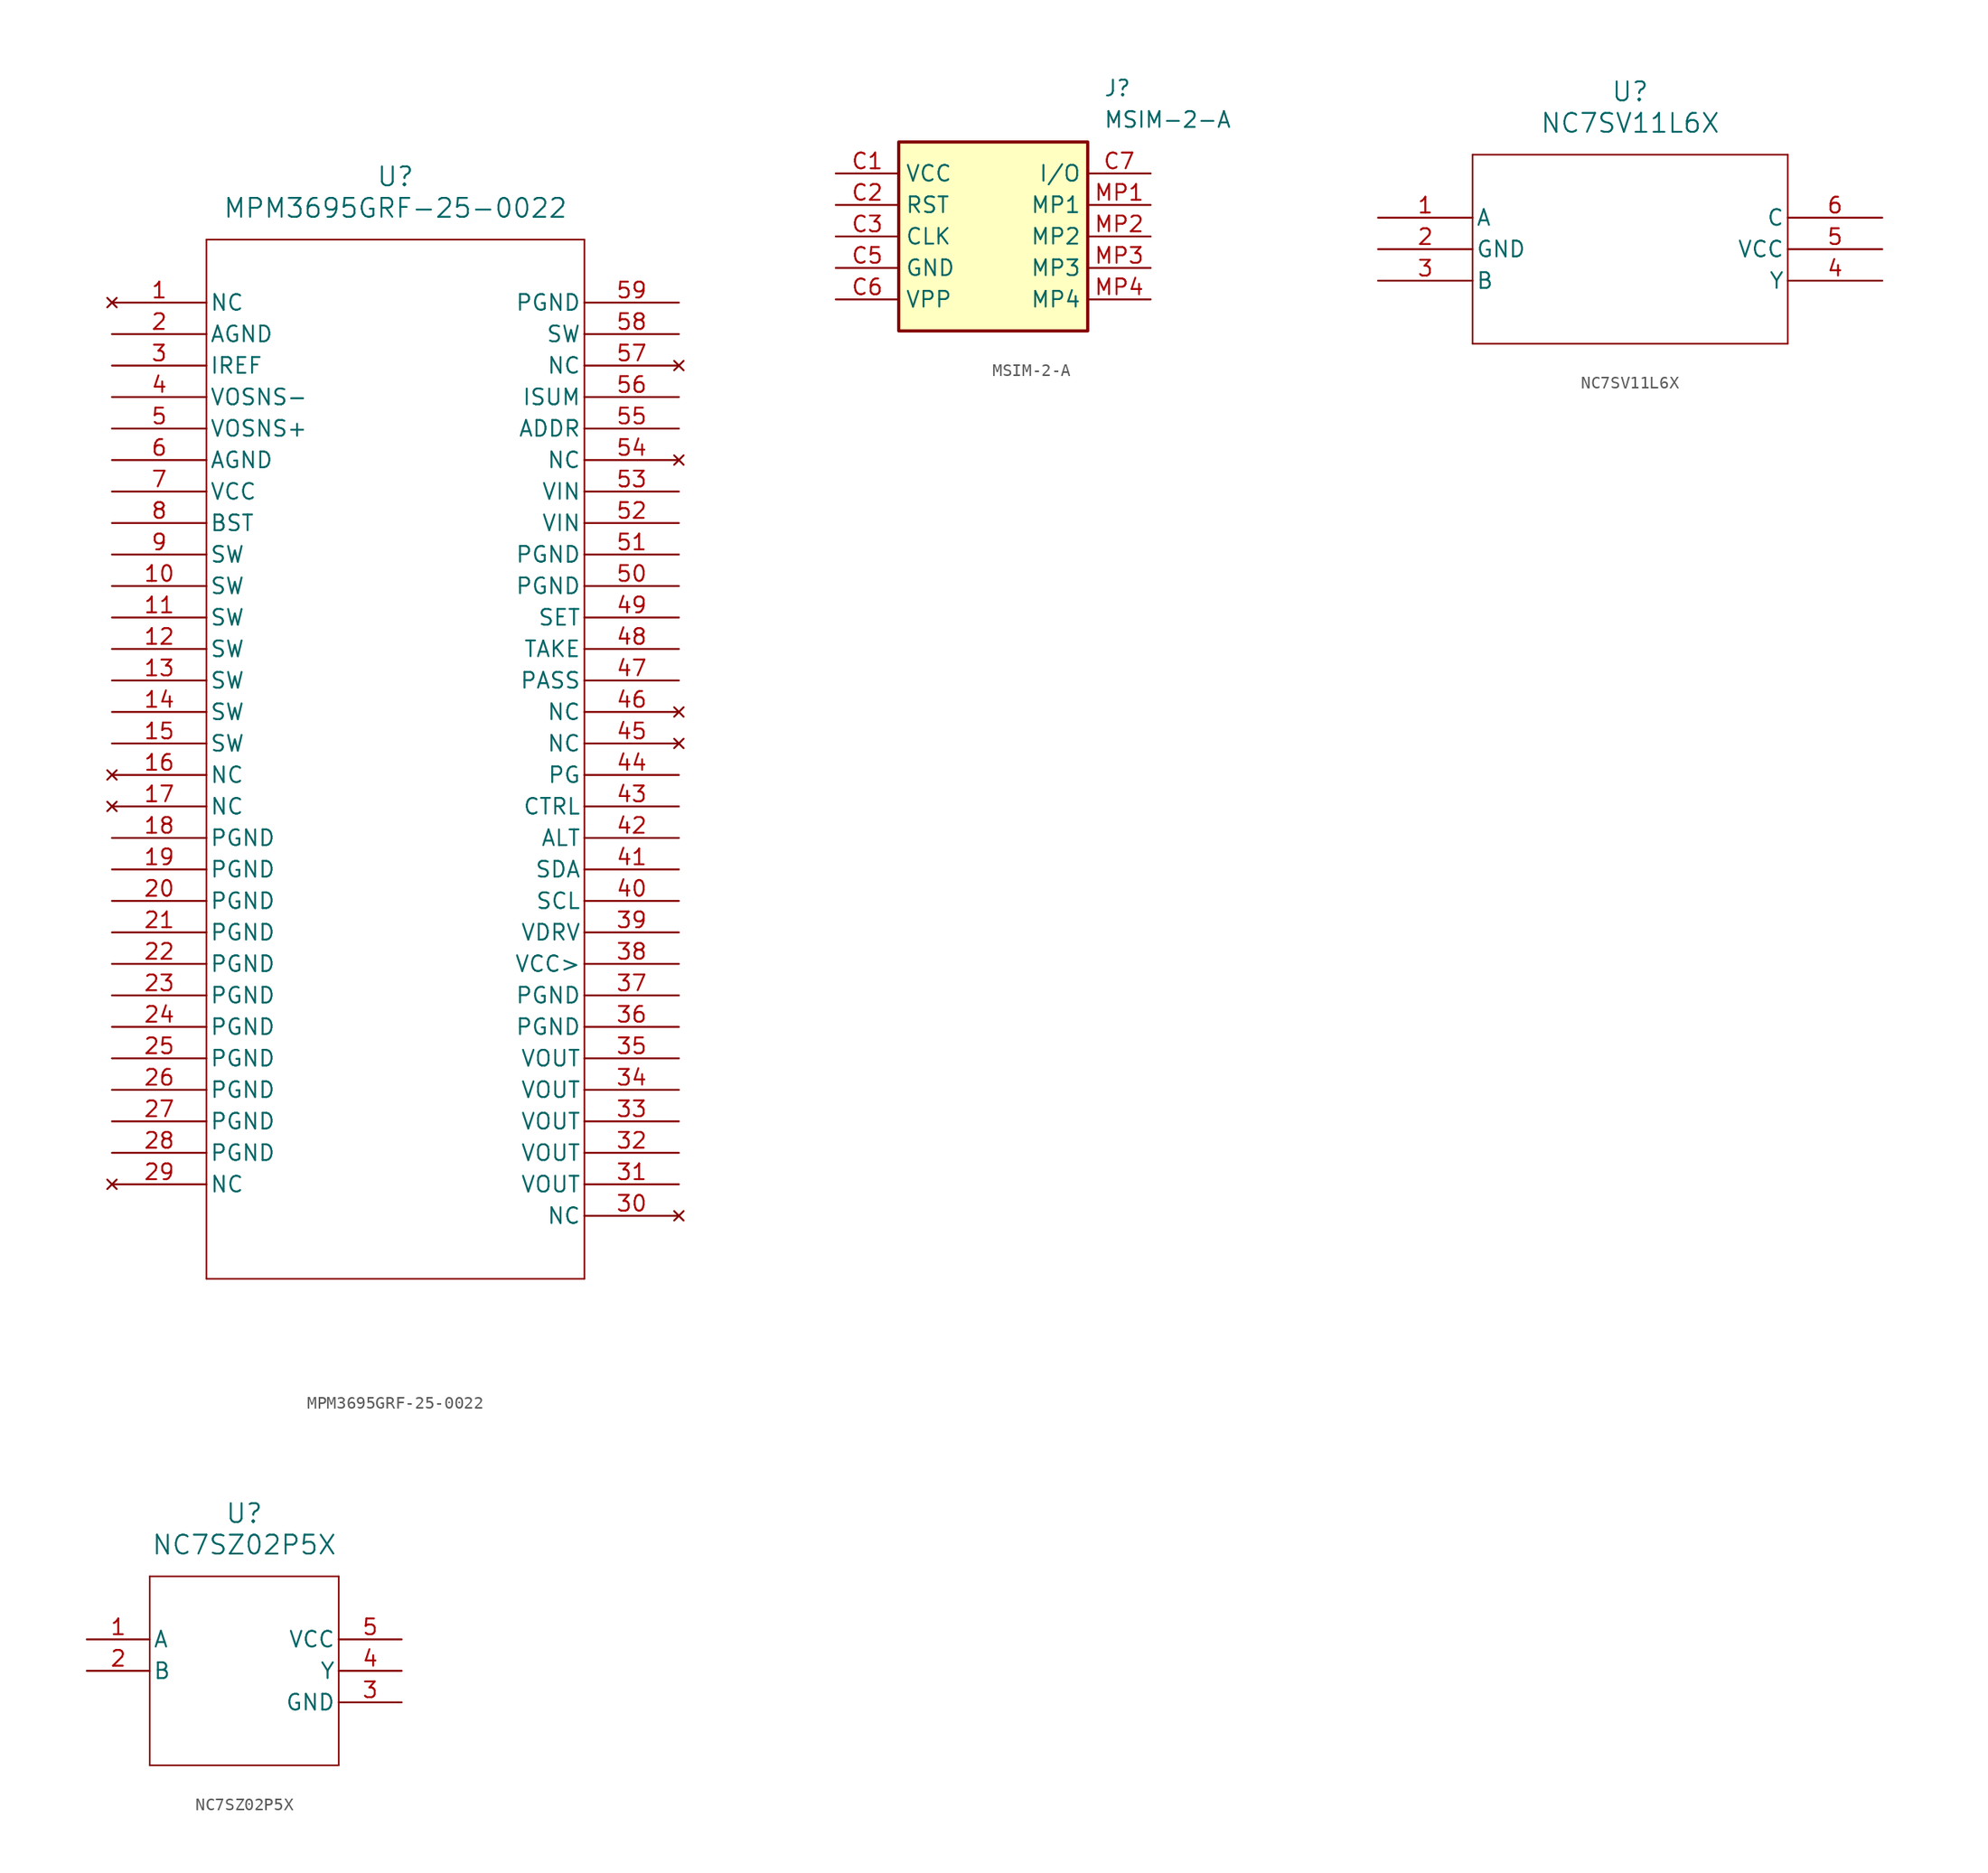
<source format=kicad_sym>
(kicad_symbol_lib
  (version 20241209)
  (generator "kicad_symbol_editor")
  (generator_version "9.0")
  (symbol "MPM3695GRF-25-0022"
    (pin_names
      (offset 0.254))
    (property "Reference" "U"
      (at 22.86 10.16 0)
      (effects (font (size 1.524 1.524))))
    (property "Value" "MPM3695GRF-25-0022"
      (at 22.86 7.62 0)
      (effects (font (size 1.524 1.524))))
    (property "ki_locked" ""
      (at 0 0 0)
      (effects (font (size 1.27 1.27))))
    (symbol "MPM3695GRF-25-0022_0_1"
      (polyline (pts (xy 7.62 5.08) (xy 7.62 -78.74)) (stroke (width 0.127) (type default)) (fill (type none)))
      (polyline (pts (xy 7.62 -78.74) (xy 38.1 -78.74)) (stroke (width 0.127) (type default)) (fill (type none)))
      (polyline (pts (xy 38.1 5.08) (xy 7.62 5.08)) (stroke (width 0.127) (type default)) (fill (type none)))
      (polyline (pts (xy 38.1 -78.74) (xy 38.1 5.08)) (stroke (width 0.127) (type default)) (fill (type none)))
      (pin no_connect line (at 0 0 0) (length 7.62) (name "NC" (effects (font (size 1.27 1.27)))) (number "1" (effects (font (size 1.27 1.27)))))
      (pin power_out line (at 0 -2.54 0) (length 7.62) (name "AGND" (effects (font (size 1.27 1.27)))) (number "2" (effects (font (size 1.27 1.27)))))
      (pin output line (at 0 -5.08 0) (length 7.62) (name "IREF" (effects (font (size 1.27 1.27)))) (number "3" (effects (font (size 1.27 1.27)))))
      (pin unspecified line (at 0 -7.62 0) (length 7.62) (name "VOSNS-" (effects (font (size 1.27 1.27)))) (number "4" (effects (font (size 1.27 1.27)))))
      (pin unspecified line (at 0 -10.16 0) (length 7.62) (name "VOSNS+" (effects (font (size 1.27 1.27)))) (number "5" (effects (font (size 1.27 1.27)))))
      (pin power_out line (at 0 -12.7 0) (length 7.62) (name "AGND" (effects (font (size 1.27 1.27)))) (number "6" (effects (font (size 1.27 1.27)))))
      (pin power_in line (at 0 -15.24 0) (length 7.62) (name "VCC" (effects (font (size 1.27 1.27)))) (number "7" (effects (font (size 1.27 1.27)))))
      (pin unspecified line (at 0 -17.78 0) (length 7.62) (name "BST" (effects (font (size 1.27 1.27)))) (number "8" (effects (font (size 1.27 1.27)))))
      (pin unspecified line (at 0 -20.32 0) (length 7.62) (name "SW" (effects (font (size 1.27 1.27)))) (number "9" (effects (font (size 1.27 1.27)))))
      (pin unspecified line (at 0 -22.86 0) (length 7.62) (name "SW" (effects (font (size 1.27 1.27)))) (number "10" (effects (font (size 1.27 1.27)))))
      (pin unspecified line (at 0 -25.4 0) (length 7.62) (name "SW" (effects (font (size 1.27 1.27)))) (number "11" (effects (font (size 1.27 1.27)))))
      (pin unspecified line (at 0 -27.94 0) (length 7.62) (name "SW" (effects (font (size 1.27 1.27)))) (number "12" (effects (font (size 1.27 1.27)))))
      (pin unspecified line (at 0 -30.48 0) (length 7.62) (name "SW" (effects (font (size 1.27 1.27)))) (number "13" (effects (font (size 1.27 1.27)))))
      (pin unspecified line (at 0 -33.02 0) (length 7.62) (name "SW" (effects (font (size 1.27 1.27)))) (number "14" (effects (font (size 1.27 1.27)))))
      (pin unspecified line (at 0 -35.56 0) (length 7.62) (name "SW" (effects (font (size 1.27 1.27)))) (number "15" (effects (font (size 1.27 1.27)))))
      (pin no_connect line (at 0 -38.1 0) (length 7.62) (name "NC" (effects (font (size 1.27 1.27)))) (number "16" (effects (font (size 1.27 1.27)))))
      (pin no_connect line (at 0 -40.64 0) (length 7.62) (name "NC" (effects (font (size 1.27 1.27)))) (number "17" (effects (font (size 1.27 1.27)))))
      (pin power_out line (at 0 -43.18 0) (length 7.62) (name "PGND" (effects (font (size 1.27 1.27)))) (number "18" (effects (font (size 1.27 1.27)))))
      (pin power_out line (at 0 -45.72 0) (length 7.62) (name "PGND" (effects (font (size 1.27 1.27)))) (number "19" (effects (font (size 1.27 1.27)))))
      (pin power_out line (at 0 -48.26 0) (length 7.62) (name "PGND" (effects (font (size 1.27 1.27)))) (number "20" (effects (font (size 1.27 1.27)))))
      (pin power_out line (at 0 -50.8 0) (length 7.62) (name "PGND" (effects (font (size 1.27 1.27)))) (number "21" (effects (font (size 1.27 1.27)))))
      (pin power_out line (at 0 -53.34 0) (length 7.62) (name "PGND" (effects (font (size 1.27 1.27)))) (number "22" (effects (font (size 1.27 1.27)))))
      (pin power_out line (at 0 -55.88 0) (length 7.62) (name "PGND" (effects (font (size 1.27 1.27)))) (number "23" (effects (font (size 1.27 1.27)))))
      (pin power_out line (at 0 -58.42 0) (length 7.62) (name "PGND" (effects (font (size 1.27 1.27)))) (number "24" (effects (font (size 1.27 1.27)))))
      (pin power_out line (at 0 -60.96 0) (length 7.62) (name "PGND" (effects (font (size 1.27 1.27)))) (number "25" (effects (font (size 1.27 1.27)))))
      (pin power_out line (at 0 -63.5 0) (length 7.62) (name "PGND" (effects (font (size 1.27 1.27)))) (number "26" (effects (font (size 1.27 1.27)))))
      (pin power_out line (at 0 -66.04 0) (length 7.62) (name "PGND" (effects (font (size 1.27 1.27)))) (number "27" (effects (font (size 1.27 1.27)))))
      (pin power_out line (at 0 -68.58 0) (length 7.62) (name "PGND" (effects (font (size 1.27 1.27)))) (number "28" (effects (font (size 1.27 1.27)))))
      (pin no_connect line (at 0 -71.12 0) (length 7.62) (name "NC" (effects (font (size 1.27 1.27)))) (number "29" (effects (font (size 1.27 1.27)))))
      (pin power_out line (at 45.72 0 180) (length 7.62) (name "PGND" (effects (font (size 1.27 1.27)))) (number "59" (effects (font (size 1.27 1.27)))))
      (pin unspecified line (at 45.72 -2.54 180) (length 7.62) (name "SW" (effects (font (size 1.27 1.27)))) (number "58" (effects (font (size 1.27 1.27)))))
      (pin no_connect line (at 45.72 -5.08 180) (length 7.62) (name "NC" (effects (font (size 1.27 1.27)))) (number "57" (effects (font (size 1.27 1.27)))))
      (pin output line (at 45.72 -7.62 180) (length 7.62) (name "ISUM" (effects (font (size 1.27 1.27)))) (number "56" (effects (font (size 1.27 1.27)))))
      (pin unspecified line (at 45.72 -10.16 180) (length 7.62) (name "ADDR" (effects (font (size 1.27 1.27)))) (number "55" (effects (font (size 1.27 1.27)))))
      (pin no_connect line (at 45.72 -12.7 180) (length 7.62) (name "NC" (effects (font (size 1.27 1.27)))) (number "54" (effects (font (size 1.27 1.27)))))
      (pin power_in line (at 45.72 -15.24 180) (length 7.62) (name "VIN" (effects (font (size 1.27 1.27)))) (number "53" (effects (font (size 1.27 1.27)))))
      (pin power_in line (at 45.72 -17.78 180) (length 7.62) (name "VIN" (effects (font (size 1.27 1.27)))) (number "52" (effects (font (size 1.27 1.27)))))
      (pin power_out line (at 45.72 -20.32 180) (length 7.62) (name "PGND" (effects (font (size 1.27 1.27)))) (number "51" (effects (font (size 1.27 1.27)))))
      (pin power_out line (at 45.72 -22.86 180) (length 7.62) (name "PGND" (effects (font (size 1.27 1.27)))) (number "50" (effects (font (size 1.27 1.27)))))
      (pin unspecified line (at 45.72 -25.4 180) (length 7.62) (name "SET" (effects (font (size 1.27 1.27)))) (number "49" (effects (font (size 1.27 1.27)))))
      (pin unspecified line (at 45.72 -27.94 180) (length 7.62) (name "TAKE" (effects (font (size 1.27 1.27)))) (number "48" (effects (font (size 1.27 1.27)))))
      (pin unspecified line (at 45.72 -30.48 180) (length 7.62) (name "PASS" (effects (font (size 1.27 1.27)))) (number "47" (effects (font (size 1.27 1.27)))))
      (pin no_connect line (at 45.72 -33.02 180) (length 7.62) (name "NC" (effects (font (size 1.27 1.27)))) (number "46" (effects (font (size 1.27 1.27)))))
      (pin no_connect line (at 45.72 -35.56 180) (length 7.62) (name "NC" (effects (font (size 1.27 1.27)))) (number "45" (effects (font (size 1.27 1.27)))))
      (pin output line (at 45.72 -38.1 180) (length 7.62) (name "PG" (effects (font (size 1.27 1.27)))) (number "44" (effects (font (size 1.27 1.27)))))
      (pin input line (at 45.72 -40.64 180) (length 7.62) (name "CTRL" (effects (font (size 1.27 1.27)))) (number "43" (effects (font (size 1.27 1.27)))))
      (pin output line (at 45.72 -43.18 180) (length 7.62) (name "ALT" (effects (font (size 1.27 1.27)))) (number "42" (effects (font (size 1.27 1.27)))))
      (pin unspecified line (at 45.72 -45.72 180) (length 7.62) (name "SDA" (effects (font (size 1.27 1.27)))) (number "41" (effects (font (size 1.27 1.27)))))
      (pin unspecified line (at 45.72 -48.26 180) (length 7.62) (name "SCL" (effects (font (size 1.27 1.27)))) (number "40" (effects (font (size 1.27 1.27)))))
      (pin power_in line (at 45.72 -50.8 180) (length 7.62) (name "VDRV" (effects (font (size 1.27 1.27)))) (number "39" (effects (font (size 1.27 1.27)))))
      (pin power_in line (at 45.72 -53.34 180) (length 7.62) (name "VCC>" (effects (font (size 1.27 1.27)))) (number "38" (effects (font (size 1.27 1.27)))))
      (pin power_out line (at 45.72 -55.88 180) (length 7.62) (name "PGND" (effects (font (size 1.27 1.27)))) (number "37" (effects (font (size 1.27 1.27)))))
      (pin power_out line (at 45.72 -58.42 180) (length 7.62) (name "PGND" (effects (font (size 1.27 1.27)))) (number "36" (effects (font (size 1.27 1.27)))))
      (pin output line (at 45.72 -60.96 180) (length 7.62) (name "VOUT" (effects (font (size 1.27 1.27)))) (number "35" (effects (font (size 1.27 1.27)))))
      (pin output line (at 45.72 -63.5 180) (length 7.62) (name "VOUT" (effects (font (size 1.27 1.27)))) (number "34" (effects (font (size 1.27 1.27)))))
      (pin output line (at 45.72 -66.04 180) (length 7.62) (name "VOUT" (effects (font (size 1.27 1.27)))) (number "33" (effects (font (size 1.27 1.27)))))
      (pin output line (at 45.72 -68.58 180) (length 7.62) (name "VOUT" (effects (font (size 1.27 1.27)))) (number "32" (effects (font (size 1.27 1.27)))))
      (pin output line (at 45.72 -71.12 180) (length 7.62) (name "VOUT" (effects (font (size 1.27 1.27)))) (number "31" (effects (font (size 1.27 1.27)))))
      (pin no_connect line (at 45.72 -73.66 180) (length 7.62) (name "NC" (effects (font (size 1.27 1.27)))) (number "30" (effects (font (size 1.27 1.27)))))))
  (symbol "MSIM-2-A"
    (property "Reference" "J"
      (at 21.59 7.62 0)
      (effects (font (size 1.27 1.27)) (justify left top)))
    (property "Value" "MSIM-2-A"
      (at 21.59 5.08 0)
      (effects (font (size 1.27 1.27)) (justify left top)))
    (symbol "MSIM-2-A_1_1"
      (rectangle (start 5.08 2.54) (end 20.32 -12.7) (stroke (width 0.254) (type default)) (fill (type background)))
      (pin passive line (at 0 0 0) (length 5.08) (name "VCC" (effects (font (size 1.27 1.27)))) (number "C1" (effects (font (size 1.27 1.27)))))
      (pin passive line (at 0 -2.54 0) (length 5.08) (name "RST" (effects (font (size 1.27 1.27)))) (number "C2" (effects (font (size 1.27 1.27)))))
      (pin passive line (at 0 -5.08 0) (length 5.08) (name "CLK" (effects (font (size 1.27 1.27)))) (number "C3" (effects (font (size 1.27 1.27)))))
      (pin passive line (at 0 -7.62 0) (length 5.08) (name "GND" (effects (font (size 1.27 1.27)))) (number "C5" (effects (font (size 1.27 1.27)))))
      (pin passive line (at 0 -10.16 0) (length 5.08) (name "VPP" (effects (font (size 1.27 1.27)))) (number "C6" (effects (font (size 1.27 1.27)))))
      (pin passive line (at 25.4 0 180) (length 5.08) (name "I/O" (effects (font (size 1.27 1.27)))) (number "C7" (effects (font (size 1.27 1.27)))))
      (pin passive line (at 25.4 -2.54 180) (length 5.08) (name "MP1" (effects (font (size 1.27 1.27)))) (number "MP1" (effects (font (size 1.27 1.27)))))
      (pin passive line (at 25.4 -5.08 180) (length 5.08) (name "MP2" (effects (font (size 1.27 1.27)))) (number "MP2" (effects (font (size 1.27 1.27)))))
      (pin passive line (at 25.4 -7.62 180) (length 5.08) (name "MP3" (effects (font (size 1.27 1.27)))) (number "MP3" (effects (font (size 1.27 1.27)))))
      (pin passive line (at 25.4 -10.16 180) (length 5.08) (name "MP4" (effects (font (size 1.27 1.27)))) (number "MP4" (effects (font (size 1.27 1.27)))))))
  (symbol "NC7SV11L6X"
    (pin_names
      (offset 0.254))
    (property "Reference" "U"
      (at 20.32 10.16 0)
      (effects (font (size 1.524 1.524))))
    (property "Value" "NC7SV11L6X"
      (at 20.32 7.62 0)
      (effects (font (size 1.524 1.524))))
    (property "ki_locked" ""
      (at 0 0 0)
      (effects (font (size 1.27 1.27))))
    (symbol "NC7SV11L6X_0_1"
      (polyline (pts (xy 7.62 5.08) (xy 7.62 -10.16)) (stroke (width 0.127) (type default)) (fill (type none)))
      (polyline (pts (xy 7.62 -10.16) (xy 33.02 -10.16)) (stroke (width 0.127) (type default)) (fill (type none)))
      (polyline (pts (xy 33.02 5.08) (xy 7.62 5.08)) (stroke (width 0.127) (type default)) (fill (type none)))
      (polyline (pts (xy 33.02 -10.16) (xy 33.02 5.08)) (stroke (width 0.127) (type default)) (fill (type none)))
      (pin unspecified line (at 0 0 0) (length 7.62) (name "A" (effects (font (size 1.27 1.27)))) (number "1" (effects (font (size 1.27 1.27)))))
      (pin unspecified line (at 40.64 0 180) (length 7.62) (name "C" (effects (font (size 1.27 1.27)))) (number "6" (effects (font (size 1.27 1.27)))))
      (pin power_in line (at 40.64 -2.54 180) (length 7.62) (name "VCC" (effects (font (size 1.27 1.27)))) (number "5" (effects (font (size 1.27 1.27)))))
      (pin unspecified line (at 40.64 -5.08 180) (length 7.62) (name "Y" (effects (font (size 1.27 1.27)))) (number "4" (effects (font (size 1.27 1.27))))))
    (symbol "NC7SV11L6X_1_1"
      (pin power_out line (at 0 -2.54 0) (length 7.62) (name "GND" (effects (font (size 1.27 1.27)))) (number "2" (effects (font (size 1.27 1.27)))))
      (pin unspecified line (at 0 -5.08 0) (length 7.62) (name "B" (effects (font (size 1.27 1.27)))) (number "3" (effects (font (size 1.27 1.27)))))))
  (symbol "NC7SZ02P5X"
    (pin_names
      (offset 0.254))
    (property "Reference" "U"
      (at 20.32 10.16 0)
      (effects (font (size 1.524 1.524))))
    (property "Value" "NC7SZ02P5X"
      (at 20.32 7.62 0)
      (effects (font (size 1.524 1.524))))
    (symbol "NC7SZ02P5X_0_1"
      (polyline (pts (xy 12.7 5.08) (xy 12.7 -10.16)) (stroke (width 0.127) (type default)) (fill (type none)))
      (polyline (pts (xy 12.7 -10.16) (xy 27.94 -10.16)) (stroke (width 0.127) (type default)) (fill (type none)))
      (polyline (pts (xy 27.94 5.08) (xy 12.7 5.08)) (stroke (width 0.127) (type default)) (fill (type none)))
      (polyline (pts (xy 27.94 -10.16) (xy 27.94 5.08)) (stroke (width 0.127) (type default)) (fill (type none)))
      (pin power_in line (at 33.02 0 180) (length 5.08) (name "VCC" (effects (font (size 1.27 1.27)))) (number "5" (effects (font (size 1.27 1.27)))))
      (pin unspecified line (at 33.02 -2.54 180) (length 5.08) (name "Y" (effects (font (size 1.27 1.27)))) (number "4" (effects (font (size 1.27 1.27))))))
    (symbol "NC7SZ02P5X_1_1"
      (pin unspecified line (at 7.62 0 0) (length 5.08) (name "A" (effects (font (size 1.27 1.27)))) (number "1" (effects (font (size 1.27 1.27)))))
      (pin unspecified line (at 7.62 -2.54 0) (length 5.08) (name "B" (effects (font (size 1.27 1.27)))) (number "2" (effects (font (size 1.27 1.27)))))
      (pin power_out line (at 33.02 -5.08 180) (length 5.08) (name "GND" (effects (font (size 1.27 1.27)))) (number "3" (effects (font (size 1.27 1.27))))))))
</source>
